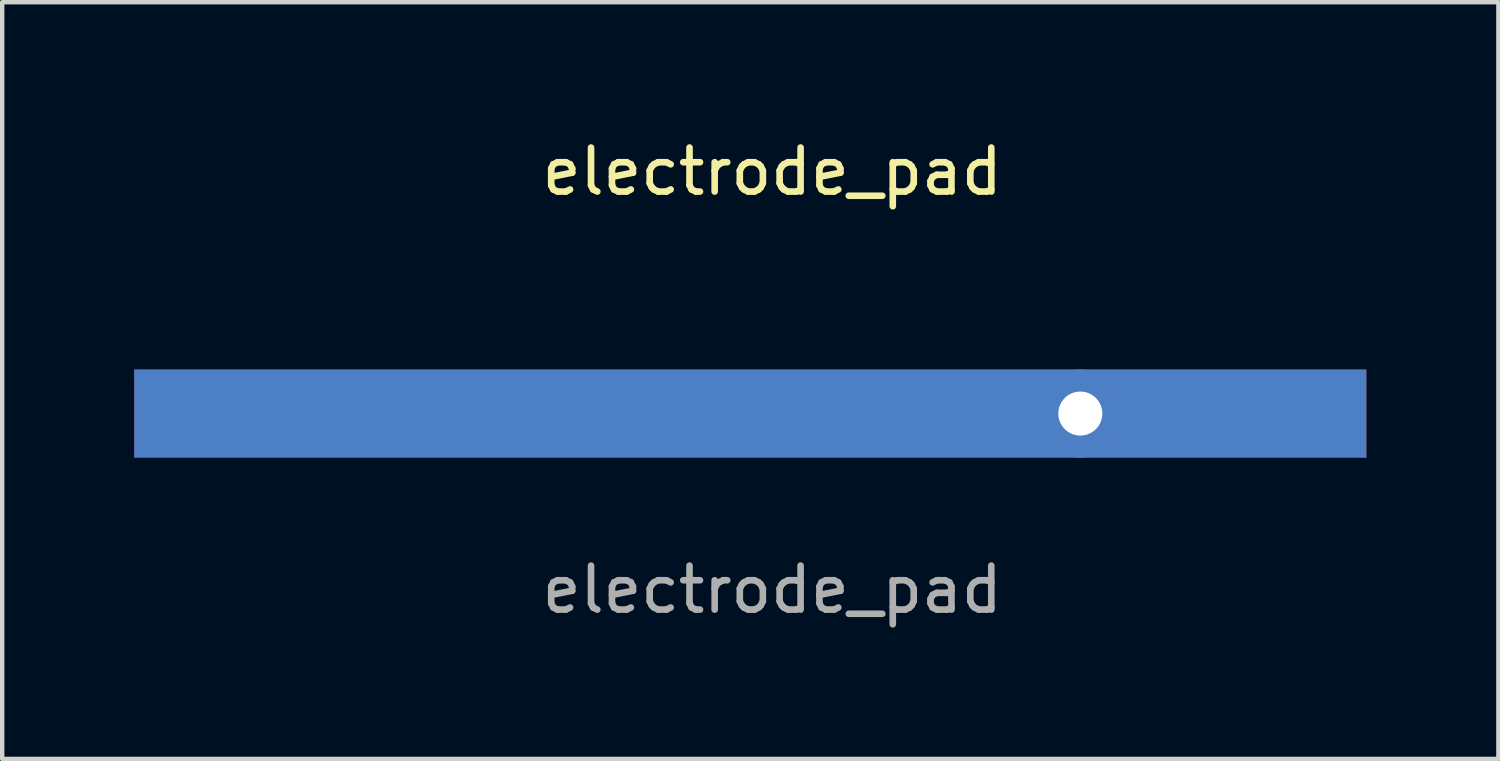
<source format=kicad_pcb>
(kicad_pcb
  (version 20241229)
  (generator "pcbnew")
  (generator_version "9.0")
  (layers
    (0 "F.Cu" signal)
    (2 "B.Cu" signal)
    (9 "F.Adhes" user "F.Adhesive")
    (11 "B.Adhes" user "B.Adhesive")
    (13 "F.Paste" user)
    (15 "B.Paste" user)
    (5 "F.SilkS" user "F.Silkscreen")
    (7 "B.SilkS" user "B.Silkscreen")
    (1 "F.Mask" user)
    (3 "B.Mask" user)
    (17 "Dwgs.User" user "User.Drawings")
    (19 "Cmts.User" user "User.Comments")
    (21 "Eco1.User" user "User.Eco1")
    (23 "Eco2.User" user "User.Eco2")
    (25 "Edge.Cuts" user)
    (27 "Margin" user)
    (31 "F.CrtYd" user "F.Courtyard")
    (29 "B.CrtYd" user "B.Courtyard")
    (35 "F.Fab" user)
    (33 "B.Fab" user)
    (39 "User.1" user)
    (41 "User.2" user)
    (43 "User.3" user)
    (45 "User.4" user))
  (footprint "electrode_pad"
    (layer "F.Cu")
    (at 14.5 6.348)
    (property "Reference" "electrode_pad" (at 0 -5.5 0) (unlocked yes) (layer "F.SilkS") (effects (font (size 1 1) (thickness 0.15))))
    (attr through_hole)
    (fp_text user "${REFERENCE}" (at 0 4 0) (unlocked yes) (layer "F.Fab") (effects (font (size 1 1) (thickness 0.15))))
    (pad "1" smd rect (at -0.5 0) (size 28 2) (layers "F.Cu" "F.Mask"))
    (pad "1" smd rect (at -0.5 0) (size 28 2) (layers "B.Cu" "B.Mask"))
    (pad "1" thru_hole circle (at 7 0) (size 2 2) (drill 1) (layers "*.Cu" "*.Mask")))
  (gr_rect
    (start -3 -3)
    (end 31 14.197)
    (stroke (width 0.1) (type default))
    (fill no)
    (layer "Edge.Cuts")))
</source>
